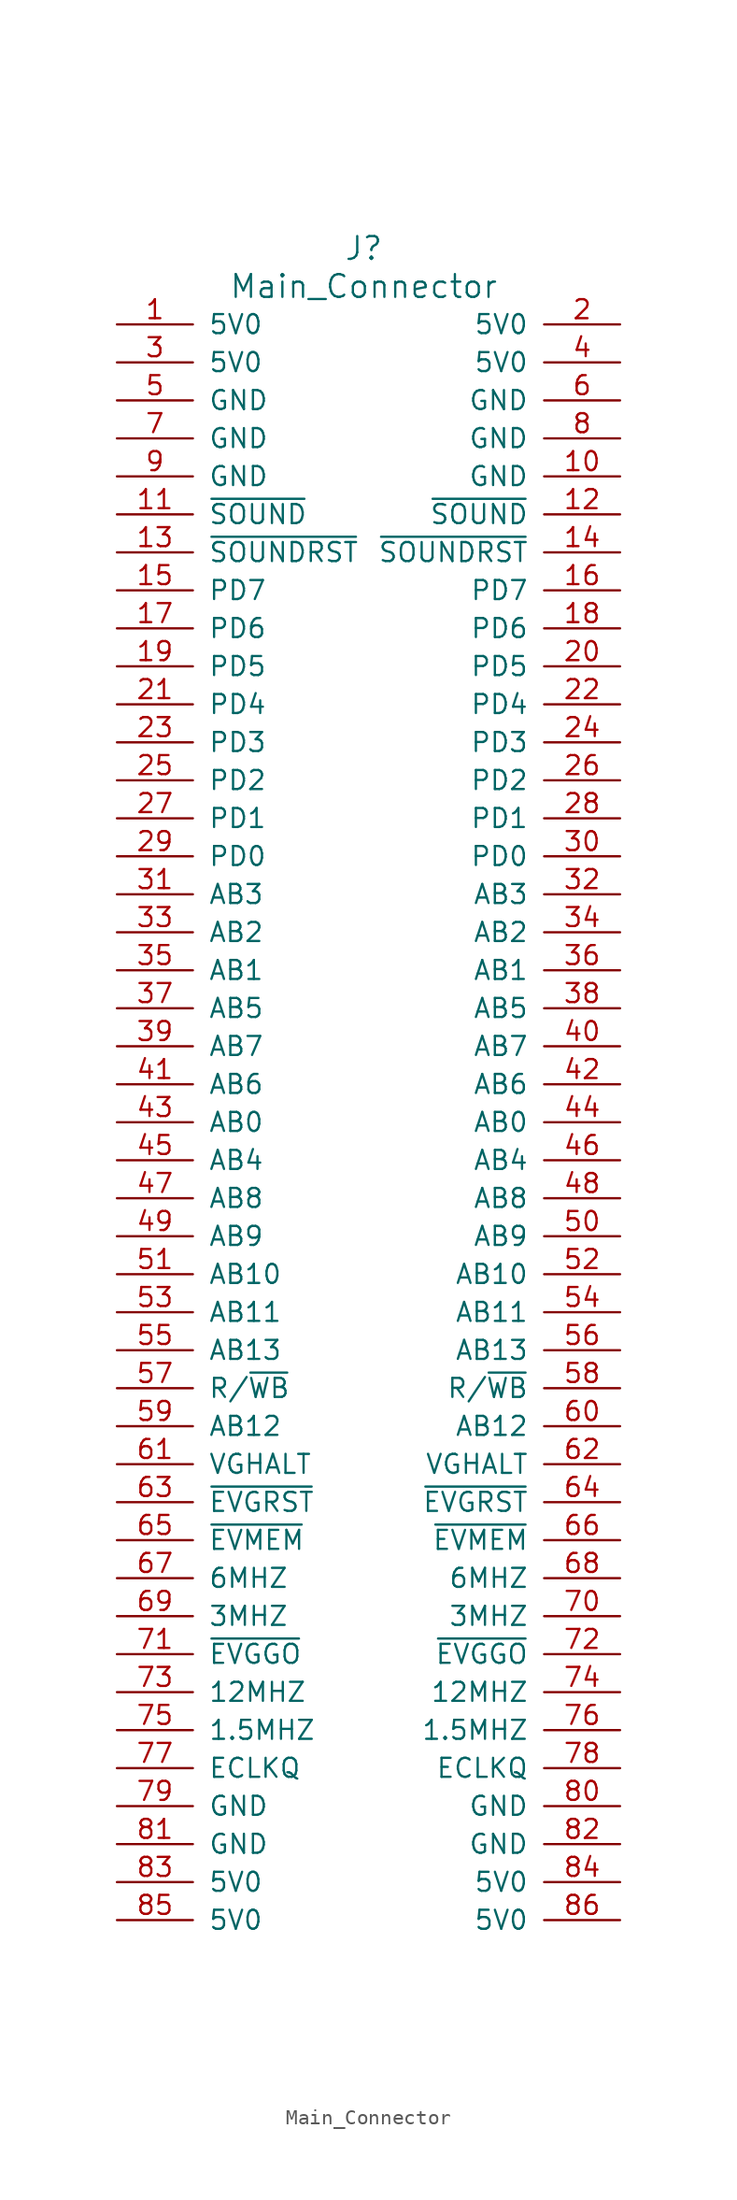
<source format=kicad_sym>
(kicad_symbol_lib
  (version 20211014)
  (generator kicad_symbol_editor)
  (symbol "Main_Connector"
    (pin_names
      (offset 1.016))
    (property "Reference" "J"
      (at 0 62.23 0)
      (effects (font (size 1.524 1.524))))
    (property "Value" "Main_Connector"
      (at 0 59.69 0)
      (effects (font (size 1.524 1.524))))
    (symbol "Main_Connector_1_1"
      (pin power_out line (at -16.51 57.15 0) (length 5.08) (name "5V0" (effects (font (size 1.27 1.27)))) (number "1" (effects (font (size 1.27 1.27)))))
      (pin power_in line (at 17.145 46.99 180) (length 5.08) (name "GND" (effects (font (size 1.27 1.27)))) (number "10" (effects (font (size 1.27 1.27)))))
      (pin bidirectional line (at -16.51 44.45 0) (length 5.08) (name "~{SOUND}" (effects (font (size 1.27 1.27)))) (number "11" (effects (font (size 1.27 1.27)))))
      (pin bidirectional line (at 17.145 44.45 180) (length 5.08) (name "~{SOUND}" (effects (font (size 1.27 1.27)))) (number "12" (effects (font (size 1.27 1.27)))))
      (pin bidirectional line (at -16.51 41.91 0) (length 5.08) (name "~{SOUNDRST}" (effects (font (size 1.27 1.27)))) (number "13" (effects (font (size 1.27 1.27)))))
      (pin bidirectional line (at 17.145 41.91 180) (length 5.08) (name "~{SOUNDRST}" (effects (font (size 1.27 1.27)))) (number "14" (effects (font (size 1.27 1.27)))))
      (pin bidirectional line (at -16.51 39.37 0) (length 5.08) (name "PD7" (effects (font (size 1.27 1.27)))) (number "15" (effects (font (size 1.27 1.27)))))
      (pin bidirectional line (at 17.145 39.37 180) (length 5.08) (name "PD7" (effects (font (size 1.27 1.27)))) (number "16" (effects (font (size 1.27 1.27)))))
      (pin bidirectional line (at -16.51 36.83 0) (length 5.08) (name "PD6" (effects (font (size 1.27 1.27)))) (number "17" (effects (font (size 1.27 1.27)))))
      (pin bidirectional line (at 17.145 36.83 180) (length 5.08) (name "PD6" (effects (font (size 1.27 1.27)))) (number "18" (effects (font (size 1.27 1.27)))))
      (pin bidirectional line (at -16.51 34.29 0) (length 5.08) (name "PD5" (effects (font (size 1.27 1.27)))) (number "19" (effects (font (size 1.27 1.27)))))
      (pin power_in line (at 17.145 57.15 180) (length 5.08) (name "5V0" (effects (font (size 1.27 1.27)))) (number "2" (effects (font (size 1.27 1.27)))))
      (pin bidirectional line (at 17.145 34.29 180) (length 5.08) (name "PD5" (effects (font (size 1.27 1.27)))) (number "20" (effects (font (size 1.27 1.27)))))
      (pin bidirectional line (at -16.51 31.75 0) (length 5.08) (name "PD4" (effects (font (size 1.27 1.27)))) (number "21" (effects (font (size 1.27 1.27)))))
      (pin bidirectional line (at 17.145 31.75 180) (length 5.08) (name "PD4" (effects (font (size 1.27 1.27)))) (number "22" (effects (font (size 1.27 1.27)))))
      (pin bidirectional line (at -16.51 29.21 0) (length 5.08) (name "PD3" (effects (font (size 1.27 1.27)))) (number "23" (effects (font (size 1.27 1.27)))))
      (pin bidirectional line (at 17.145 29.21 180) (length 5.08) (name "PD3" (effects (font (size 1.27 1.27)))) (number "24" (effects (font (size 1.27 1.27)))))
      (pin bidirectional line (at -16.51 26.67 0) (length 5.08) (name "PD2" (effects (font (size 1.27 1.27)))) (number "25" (effects (font (size 1.27 1.27)))))
      (pin bidirectional line (at 17.145 26.67 180) (length 5.08) (name "PD2" (effects (font (size 1.27 1.27)))) (number "26" (effects (font (size 1.27 1.27)))))
      (pin bidirectional line (at -16.51 24.13 0) (length 5.08) (name "PD1" (effects (font (size 1.27 1.27)))) (number "27" (effects (font (size 1.27 1.27)))))
      (pin bidirectional line (at 17.145 24.13 180) (length 5.08) (name "PD1" (effects (font (size 1.27 1.27)))) (number "28" (effects (font (size 1.27 1.27)))))
      (pin bidirectional line (at -16.51 21.59 0) (length 5.08) (name "PD0" (effects (font (size 1.27 1.27)))) (number "29" (effects (font (size 1.27 1.27)))))
      (pin power_in line (at -16.51 54.61 0) (length 5.08) (name "5V0" (effects (font (size 1.27 1.27)))) (number "3" (effects (font (size 1.27 1.27)))))
      (pin bidirectional line (at 17.145 21.59 180) (length 5.08) (name "PD0" (effects (font (size 1.27 1.27)))) (number "30" (effects (font (size 1.27 1.27)))))
      (pin bidirectional line (at -16.51 19.05 0) (length 5.08) (name "AB3" (effects (font (size 1.27 1.27)))) (number "31" (effects (font (size 1.27 1.27)))))
      (pin bidirectional line (at 17.145 19.05 180) (length 5.08) (name "AB3" (effects (font (size 1.27 1.27)))) (number "32" (effects (font (size 1.27 1.27)))))
      (pin bidirectional line (at -16.51 16.51 0) (length 5.08) (name "AB2" (effects (font (size 1.27 1.27)))) (number "33" (effects (font (size 1.27 1.27)))))
      (pin bidirectional line (at 17.145 16.51 180) (length 5.08) (name "AB2" (effects (font (size 1.27 1.27)))) (number "34" (effects (font (size 1.27 1.27)))))
      (pin bidirectional line (at -16.51 13.97 0) (length 5.08) (name "AB1" (effects (font (size 1.27 1.27)))) (number "35" (effects (font (size 1.27 1.27)))))
      (pin bidirectional line (at 17.145 13.97 180) (length 5.08) (name "AB1" (effects (font (size 1.27 1.27)))) (number "36" (effects (font (size 1.27 1.27)))))
      (pin bidirectional line (at -16.51 11.43 0) (length 5.08) (name "AB5" (effects (font (size 1.27 1.27)))) (number "37" (effects (font (size 1.27 1.27)))))
      (pin bidirectional line (at 17.145 11.43 180) (length 5.08) (name "AB5" (effects (font (size 1.27 1.27)))) (number "38" (effects (font (size 1.27 1.27)))))
      (pin bidirectional line (at -16.51 8.89 0) (length 5.08) (name "AB7" (effects (font (size 1.27 1.27)))) (number "39" (effects (font (size 1.27 1.27)))))
      (pin power_in line (at 17.145 54.61 180) (length 5.08) (name "5V0" (effects (font (size 1.27 1.27)))) (number "4" (effects (font (size 1.27 1.27)))))
      (pin bidirectional line (at 17.145 8.89 180) (length 5.08) (name "AB7" (effects (font (size 1.27 1.27)))) (number "40" (effects (font (size 1.27 1.27)))))
      (pin bidirectional line (at -16.51 6.35 0) (length 5.08) (name "AB6" (effects (font (size 1.27 1.27)))) (number "41" (effects (font (size 1.27 1.27)))))
      (pin bidirectional line (at 17.145 6.35 180) (length 5.08) (name "AB6" (effects (font (size 1.27 1.27)))) (number "42" (effects (font (size 1.27 1.27)))))
      (pin bidirectional line (at -16.51 3.81 0) (length 5.08) (name "AB0" (effects (font (size 1.27 1.27)))) (number "43" (effects (font (size 1.27 1.27)))))
      (pin bidirectional line (at 17.145 3.81 180) (length 5.08) (name "AB0" (effects (font (size 1.27 1.27)))) (number "44" (effects (font (size 1.27 1.27)))))
      (pin bidirectional line (at -16.51 1.27 0) (length 5.08) (name "AB4" (effects (font (size 1.27 1.27)))) (number "45" (effects (font (size 1.27 1.27)))))
      (pin bidirectional line (at 17.145 1.27 180) (length 5.08) (name "AB4" (effects (font (size 1.27 1.27)))) (number "46" (effects (font (size 1.27 1.27)))))
      (pin bidirectional line (at -16.51 -1.27 0) (length 5.08) (name "AB8" (effects (font (size 1.27 1.27)))) (number "47" (effects (font (size 1.27 1.27)))))
      (pin bidirectional line (at 17.145 -1.27 180) (length 5.08) (name "AB8" (effects (font (size 1.27 1.27)))) (number "48" (effects (font (size 1.27 1.27)))))
      (pin bidirectional line (at -16.51 -3.81 0) (length 5.08) (name "AB9" (effects (font (size 1.27 1.27)))) (number "49" (effects (font (size 1.27 1.27)))))
      (pin power_in line (at -16.51 52.07 0) (length 5.08) (name "GND" (effects (font (size 1.27 1.27)))) (number "5" (effects (font (size 1.27 1.27)))))
      (pin bidirectional line (at 17.145 -3.81 180) (length 5.08) (name "AB9" (effects (font (size 1.27 1.27)))) (number "50" (effects (font (size 1.27 1.27)))))
      (pin bidirectional line (at -16.51 -6.35 0) (length 5.08) (name "AB10" (effects (font (size 1.27 1.27)))) (number "51" (effects (font (size 1.27 1.27)))))
      (pin bidirectional line (at 17.145 -6.35 180) (length 5.08) (name "AB10" (effects (font (size 1.27 1.27)))) (number "52" (effects (font (size 1.27 1.27)))))
      (pin bidirectional line (at -16.51 -8.89 0) (length 5.08) (name "AB11" (effects (font (size 1.27 1.27)))) (number "53" (effects (font (size 1.27 1.27)))))
      (pin bidirectional line (at 17.145 -8.89 180) (length 5.08) (name "AB11" (effects (font (size 1.27 1.27)))) (number "54" (effects (font (size 1.27 1.27)))))
      (pin bidirectional line (at -16.51 -11.43 0) (length 5.08) (name "AB13" (effects (font (size 1.27 1.27)))) (number "55" (effects (font (size 1.27 1.27)))))
      (pin bidirectional line (at 17.145 -11.43 180) (length 5.08) (name "AB13" (effects (font (size 1.27 1.27)))) (number "56" (effects (font (size 1.27 1.27)))))
      (pin bidirectional line (at -16.51 -13.97 0) (length 5.08) (name "R/~{WB}" (effects (font (size 1.27 1.27)))) (number "57" (effects (font (size 1.27 1.27)))))
      (pin bidirectional line (at 17.145 -13.97 180) (length 5.08) (name "R/~{WB}" (effects (font (size 1.27 1.27)))) (number "58" (effects (font (size 1.27 1.27)))))
      (pin bidirectional line (at -16.51 -16.51 0) (length 5.08) (name "AB12" (effects (font (size 1.27 1.27)))) (number "59" (effects (font (size 1.27 1.27)))))
      (pin power_in line (at 17.145 52.07 180) (length 5.08) (name "GND" (effects (font (size 1.27 1.27)))) (number "6" (effects (font (size 1.27 1.27)))))
      (pin bidirectional line (at 17.145 -16.51 180) (length 5.08) (name "AB12" (effects (font (size 1.27 1.27)))) (number "60" (effects (font (size 1.27 1.27)))))
      (pin bidirectional line (at -16.51 -19.05 0) (length 5.08) (name "VGHALT" (effects (font (size 1.27 1.27)))) (number "61" (effects (font (size 1.27 1.27)))))
      (pin bidirectional line (at 17.145 -19.05 180) (length 5.08) (name "VGHALT" (effects (font (size 1.27 1.27)))) (number "62" (effects (font (size 1.27 1.27)))))
      (pin bidirectional line (at -16.51 -21.59 0) (length 5.08) (name "~{EVGRST}" (effects (font (size 1.27 1.27)))) (number "63" (effects (font (size 1.27 1.27)))))
      (pin bidirectional line (at 17.145 -21.59 180) (length 5.08) (name "~{EVGRST}" (effects (font (size 1.27 1.27)))) (number "64" (effects (font (size 1.27 1.27)))))
      (pin bidirectional line (at -16.51 -24.13 0) (length 5.08) (name "~{EVMEM}" (effects (font (size 1.27 1.27)))) (number "65" (effects (font (size 1.27 1.27)))))
      (pin bidirectional line (at 17.145 -24.13 180) (length 5.08) (name "~{EVMEM}" (effects (font (size 1.27 1.27)))) (number "66" (effects (font (size 1.27 1.27)))))
      (pin bidirectional line (at -16.51 -26.67 0) (length 5.08) (name "6MHZ" (effects (font (size 1.27 1.27)))) (number "67" (effects (font (size 1.27 1.27)))))
      (pin bidirectional line (at 17.145 -26.67 180) (length 5.08) (name "6MHZ" (effects (font (size 1.27 1.27)))) (number "68" (effects (font (size 1.27 1.27)))))
      (pin bidirectional line (at -16.51 -29.21 0) (length 5.08) (name "3MHZ" (effects (font (size 1.27 1.27)))) (number "69" (effects (font (size 1.27 1.27)))))
      (pin power_in line (at -16.51 49.53 0) (length 5.08) (name "GND" (effects (font (size 1.27 1.27)))) (number "7" (effects (font (size 1.27 1.27)))))
      (pin bidirectional line (at 17.145 -29.21 180) (length 5.08) (name "3MHZ" (effects (font (size 1.27 1.27)))) (number "70" (effects (font (size 1.27 1.27)))))
      (pin bidirectional line (at -16.51 -31.75 0) (length 5.08) (name "~{EVGGO}" (effects (font (size 1.27 1.27)))) (number "71" (effects (font (size 1.27 1.27)))))
      (pin bidirectional line (at 17.145 -31.75 180) (length 5.08) (name "~{EVGGO}" (effects (font (size 1.27 1.27)))) (number "72" (effects (font (size 1.27 1.27)))))
      (pin bidirectional line (at -16.51 -34.29 0) (length 5.08) (name "12MHZ" (effects (font (size 1.27 1.27)))) (number "73" (effects (font (size 1.27 1.27)))))
      (pin bidirectional line (at 17.145 -34.29 180) (length 5.08) (name "12MHZ" (effects (font (size 1.27 1.27)))) (number "74" (effects (font (size 1.27 1.27)))))
      (pin bidirectional line (at -16.51 -36.83 0) (length 5.08) (name "1.5MHZ" (effects (font (size 1.27 1.27)))) (number "75" (effects (font (size 1.27 1.27)))))
      (pin bidirectional line (at 17.145 -36.83 180) (length 5.08) (name "1.5MHZ" (effects (font (size 1.27 1.27)))) (number "76" (effects (font (size 1.27 1.27)))))
      (pin bidirectional line (at -16.51 -39.37 0) (length 5.08) (name "ECLKQ" (effects (font (size 1.27 1.27)))) (number "77" (effects (font (size 1.27 1.27)))))
      (pin bidirectional line (at 17.145 -39.37 180) (length 5.08) (name "ECLKQ" (effects (font (size 1.27 1.27)))) (number "78" (effects (font (size 1.27 1.27)))))
      (pin power_in line (at -16.51 -41.91 0) (length 5.08) (name "GND" (effects (font (size 1.27 1.27)))) (number "79" (effects (font (size 1.27 1.27)))))
      (pin power_in line (at 17.145 49.53 180) (length 5.08) (name "GND" (effects (font (size 1.27 1.27)))) (number "8" (effects (font (size 1.27 1.27)))))
      (pin power_out line (at 17.145 -41.91 180) (length 5.08) (name "GND" (effects (font (size 1.27 1.27)))) (number "80" (effects (font (size 1.27 1.27)))))
      (pin power_in line (at -16.51 -44.45 0) (length 5.08) (name "GND" (effects (font (size 1.27 1.27)))) (number "81" (effects (font (size 1.27 1.27)))))
      (pin power_in line (at 17.145 -44.45 180) (length 5.08) (name "GND" (effects (font (size 1.27 1.27)))) (number "82" (effects (font (size 1.27 1.27)))))
      (pin power_in line (at -16.51 -46.99 0) (length 5.08) (name "5V0" (effects (font (size 1.27 1.27)))) (number "83" (effects (font (size 1.27 1.27)))))
      (pin power_in line (at 17.145 -46.99 180) (length 5.08) (name "5V0" (effects (font (size 1.27 1.27)))) (number "84" (effects (font (size 1.27 1.27)))))
      (pin power_in line (at -16.51 -49.53 0) (length 5.08) (name "5V0" (effects (font (size 1.27 1.27)))) (number "85" (effects (font (size 1.27 1.27)))))
      (pin power_in line (at 17.145 -49.53 180) (length 5.08) (name "5V0" (effects (font (size 1.27 1.27)))) (number "86" (effects (font (size 1.27 1.27)))))
      (pin power_in line (at -16.51 46.99 0) (length 5.08) (name "GND" (effects (font (size 1.27 1.27)))) (number "9" (effects (font (size 1.27 1.27))))))))
</source>
